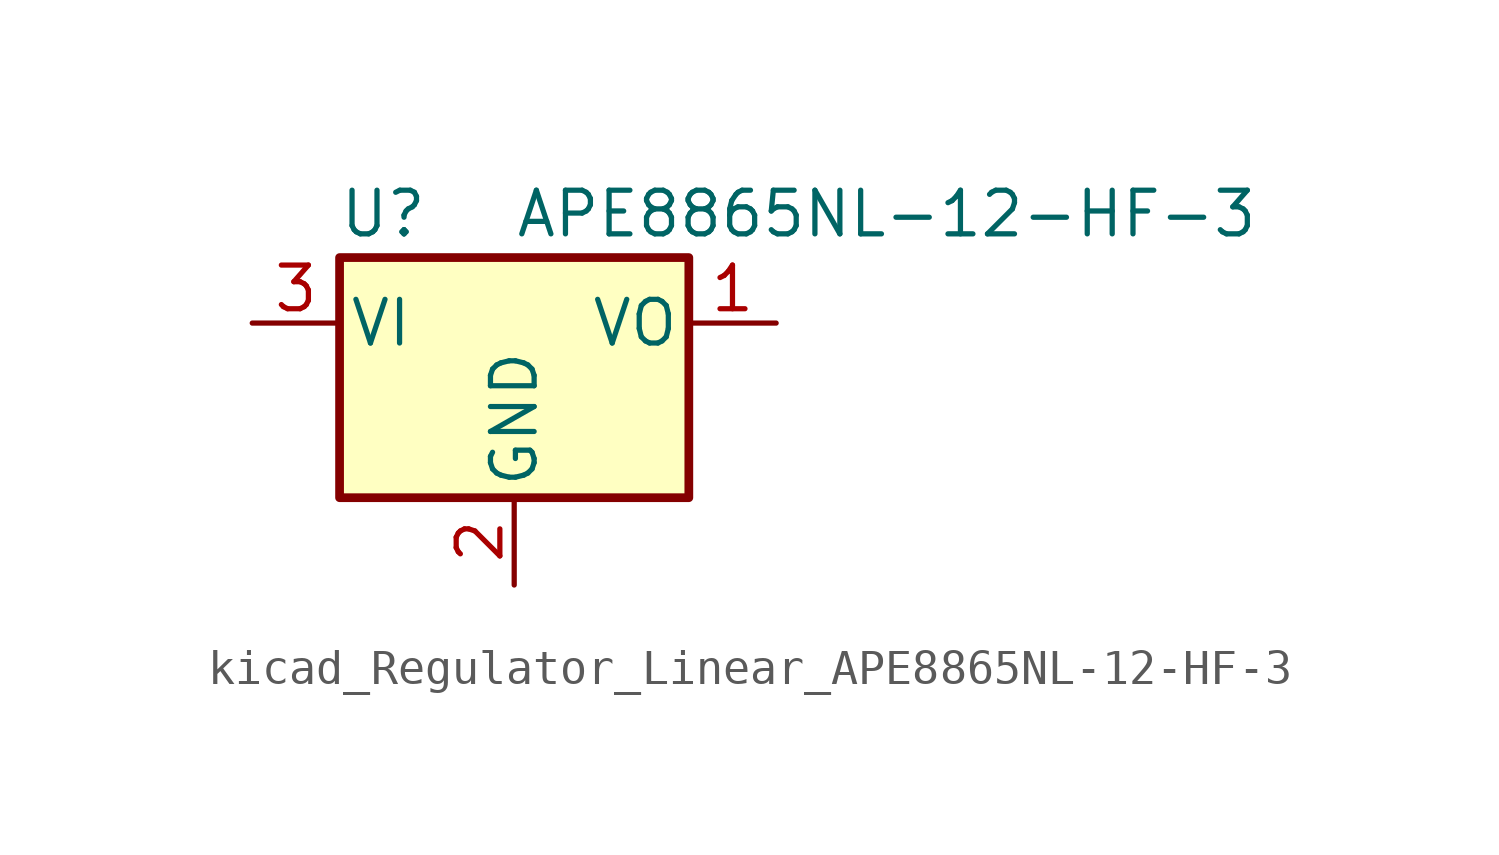
<source format=kicad_sym>
(kicad_symbol_lib
  (version 20220914)
  (generator kicad_symbol_editor)
  (symbol "kicad_Regulator_Linear_APE8865NL-12-HF-3"
    (pin_names
      (offset 0.254))
    (property "Reference" "U"
      (at -3.81 3.175 0)
      (effects (font (size 1.27 1.27))))
    (property "Value" "APE8865NL-12-HF-3"
      (at 0 3.175 0)
      (effects (font (size 1.27 1.27)) (justify left)))
    (symbol "kicad_Regulator_Linear_APE8865NL-12-HF-3_0_1"
      (rectangle (start -5.08 1.905) (end 5.08 -5.08) (stroke (width 0.254) (type default)) (fill (type background))))
    (symbol "kicad_Regulator_Linear_APE8865NL-12-HF-3_1_1"
      (pin power_out line (at 7.62 0 180) (length 2.54) (name "VO" (effects (font (size 1.27 1.27)))) (number "1" (effects (font (size 1.27 1.27)))))
      (pin power_in line (at 0 -7.62 90) (length 2.54) (name "GND" (effects (font (size 1.27 1.27)))) (number "2" (effects (font (size 1.27 1.27)))))
      (pin power_in line (at -7.62 0 0) (length 2.54) (name "VI" (effects (font (size 1.27 1.27)))) (number "3" (effects (font (size 1.27 1.27))))))))
</source>
